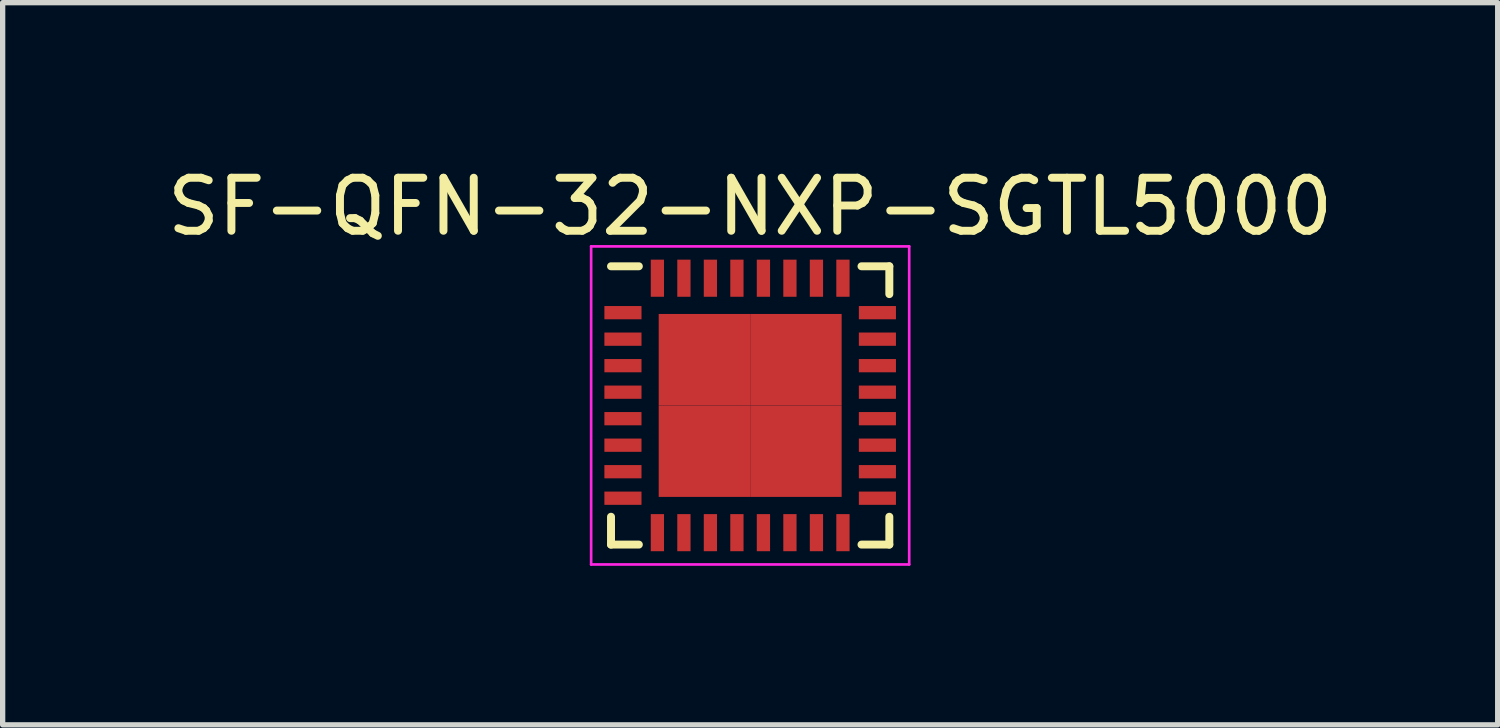
<source format=kicad_pcb>
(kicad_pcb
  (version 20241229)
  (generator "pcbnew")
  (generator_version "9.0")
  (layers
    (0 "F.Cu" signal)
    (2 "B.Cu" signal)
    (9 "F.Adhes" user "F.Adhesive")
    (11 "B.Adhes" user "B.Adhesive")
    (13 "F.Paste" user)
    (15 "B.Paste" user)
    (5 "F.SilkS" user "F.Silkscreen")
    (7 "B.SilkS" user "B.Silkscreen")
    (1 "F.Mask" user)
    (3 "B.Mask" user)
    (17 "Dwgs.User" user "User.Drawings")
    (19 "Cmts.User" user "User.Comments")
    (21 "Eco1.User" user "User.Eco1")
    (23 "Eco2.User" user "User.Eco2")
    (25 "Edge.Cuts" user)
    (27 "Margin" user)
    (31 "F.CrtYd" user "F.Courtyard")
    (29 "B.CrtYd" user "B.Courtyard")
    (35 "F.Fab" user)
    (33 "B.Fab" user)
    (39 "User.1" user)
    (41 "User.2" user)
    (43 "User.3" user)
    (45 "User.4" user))
  (footprint "SF-QFN-32-NXP-SGTL5000"
    (layer "F.Cu")
    (at 11.101 4.598)
    (property "Reference" "SF-QFN-32-NXP-SGTL5000" (at 0 -3.75 0) (layer "F.SilkS") (effects (font (size 1 1) (thickness 0.15))))
    (attr smd)
    (fp_line (start -2.625 -2.625) (end -2.1 -2.625) (stroke (width 0.15) (type solid)) (layer "F.SilkS"))
    (fp_line (start -2.625 2.625) (end -2.625 2.1) (stroke (width 0.15) (type solid)) (layer "F.SilkS"))
    (fp_line (start -2.625 2.625) (end -2.1 2.625) (stroke (width 0.15) (type solid)) (layer "F.SilkS"))
    (fp_line (start 2.625 -2.625) (end 2.1 -2.625) (stroke (width 0.15) (type solid)) (layer "F.SilkS"))
    (fp_line (start 2.625 -2.625) (end 2.625 -2.1) (stroke (width 0.15) (type solid)) (layer "F.SilkS"))
    (fp_line (start 2.625 2.625) (end 2.1 2.625) (stroke (width 0.15) (type solid)) (layer "F.SilkS"))
    (fp_line (start 2.625 2.625) (end 2.625 2.1) (stroke (width 0.15) (type solid)) (layer "F.SilkS"))
    (fp_line (start -3 -3) (end -3 3) (stroke (width 0.05) (type solid)) (layer "F.CrtYd"))
    (fp_line (start -3 -3) (end 3 -3) (stroke (width 0.05) (type solid)) (layer "F.CrtYd"))
    (fp_line (start -3 3) (end 3 3) (stroke (width 0.05) (type solid)) (layer "F.CrtYd"))
    (fp_line (start 3 -3) (end 3 3) (stroke (width 0.05) (type solid)) (layer "F.CrtYd"))
    (pad "1" smd rect (at -2.4 -1.75) (size 0.7 0.25) (layers "F.Cu" "F.Mask" "F.Paste"))
    (pad "2" smd rect (at -2.4 -1.25) (size 0.7 0.25) (layers "F.Cu" "F.Mask" "F.Paste"))
    (pad "3" smd rect (at -2.4 -0.75) (size 0.7 0.25) (layers "F.Cu" "F.Mask" "F.Paste"))
    (pad "4" smd rect (at -2.4 -0.25) (size 0.7 0.25) (layers "F.Cu" "F.Mask" "F.Paste"))
    (pad "5" smd rect (at -2.4 0.25) (size 0.7 0.25) (layers "F.Cu" "F.Mask" "F.Paste"))
    (pad "6" smd rect (at -2.4 0.75) (size 0.7 0.25) (layers "F.Cu" "F.Mask" "F.Paste"))
    (pad "7" smd rect (at -2.4 1.25) (size 0.7 0.25) (layers "F.Cu" "F.Mask" "F.Paste"))
    (pad "8" smd rect (at -2.4 1.75) (size 0.7 0.25) (layers "F.Cu" "F.Mask" "F.Paste"))
    (pad "9" smd rect (at -1.75 2.4 90) (size 0.7 0.25) (layers "F.Cu" "F.Mask" "F.Paste"))
    (pad "10" smd rect (at -1.25 2.4 90) (size 0.7 0.25) (layers "F.Cu" "F.Mask" "F.Paste"))
    (pad "11" smd rect (at -0.75 2.4 90) (size 0.7 0.25) (layers "F.Cu" "F.Mask" "F.Paste"))
    (pad "12" smd rect (at -0.25 2.4 90) (size 0.7 0.25) (layers "F.Cu" "F.Mask" "F.Paste"))
    (pad "13" smd rect (at 0.25 2.4 90) (size 0.7 0.25) (layers "F.Cu" "F.Mask" "F.Paste"))
    (pad "14" smd rect (at 0.75 2.4 90) (size 0.7 0.25) (layers "F.Cu" "F.Mask" "F.Paste"))
    (pad "15" smd rect (at 1.25 2.4 90) (size 0.7 0.25) (layers "F.Cu" "F.Mask" "F.Paste"))
    (pad "16" smd rect (at 1.75 2.4 90) (size 0.7 0.25) (layers "F.Cu" "F.Mask" "F.Paste"))
    (pad "17" smd rect (at 2.4 1.75) (size 0.7 0.25) (layers "F.Cu" "F.Mask" "F.Paste"))
    (pad "18" smd rect (at 2.4 1.25) (size 0.7 0.25) (layers "F.Cu" "F.Mask" "F.Paste"))
    (pad "19" smd rect (at 2.4 0.75) (size 0.7 0.25) (layers "F.Cu" "F.Mask" "F.Paste"))
    (pad "20" smd rect (at 2.4 0.25) (size 0.7 0.25) (layers "F.Cu" "F.Mask" "F.Paste"))
    (pad "21" smd rect (at 2.4 -0.25) (size 0.7 0.25) (layers "F.Cu" "F.Mask" "F.Paste"))
    (pad "22" smd rect (at 2.4 -0.75) (size 0.7 0.25) (layers "F.Cu" "F.Mask" "F.Paste"))
    (pad "23" smd rect (at 2.4 -1.25) (size 0.7 0.25) (layers "F.Cu" "F.Mask" "F.Paste"))
    (pad "24" smd rect (at 2.4 -1.75) (size 0.7 0.25) (layers "F.Cu" "F.Mask" "F.Paste"))
    (pad "25" smd rect (at 1.75 -2.4 90) (size 0.7 0.25) (layers "F.Cu" "F.Mask" "F.Paste"))
    (pad "26" smd rect (at 1.25 -2.4 90) (size 0.7 0.25) (layers "F.Cu" "F.Mask" "F.Paste"))
    (pad "27" smd rect (at 0.75 -2.4 90) (size 0.7 0.25) (layers "F.Cu" "F.Mask" "F.Paste"))
    (pad "28" smd rect (at 0.25 -2.4 90) (size 0.7 0.25) (layers "F.Cu" "F.Mask" "F.Paste"))
    (pad "29" smd rect (at -0.25 -2.4 90) (size 0.7 0.25) (layers "F.Cu" "F.Mask" "F.Paste"))
    (pad "30" smd rect (at -0.75 -2.4 90) (size 0.7 0.25) (layers "F.Cu" "F.Mask" "F.Paste"))
    (pad "31" smd rect (at -1.25 -2.4 90) (size 0.7 0.25) (layers "F.Cu" "F.Mask" "F.Paste"))
    (pad "32" smd rect (at -1.75 -2.4 90) (size 0.7 0.25) (layers "F.Cu" "F.Mask" "F.Paste"))
    (pad "33" smd rect (at -0.863 -0.863) (size 1.725 1.725) (layers "F.Cu" "F.Mask" "F.Paste"))
    (pad "33" smd rect (at -0.863 0.863) (size 1.725 1.725) (layers "F.Cu" "F.Mask" "F.Paste"))
    (pad "33" smd rect (at 0.863 -0.863) (size 1.725 1.725) (layers "F.Cu" "F.Mask" "F.Paste"))
    (pad "33" smd rect (at 0.863 0.863) (size 1.725 1.725) (layers "F.Cu" "F.Mask" "F.Paste")))
  (gr_rect
    (start -3 -3)
    (end 25.202 10.623)
    (stroke (width 0.1) (type default))
    (fill no)
    (layer "Edge.Cuts")))
</source>
